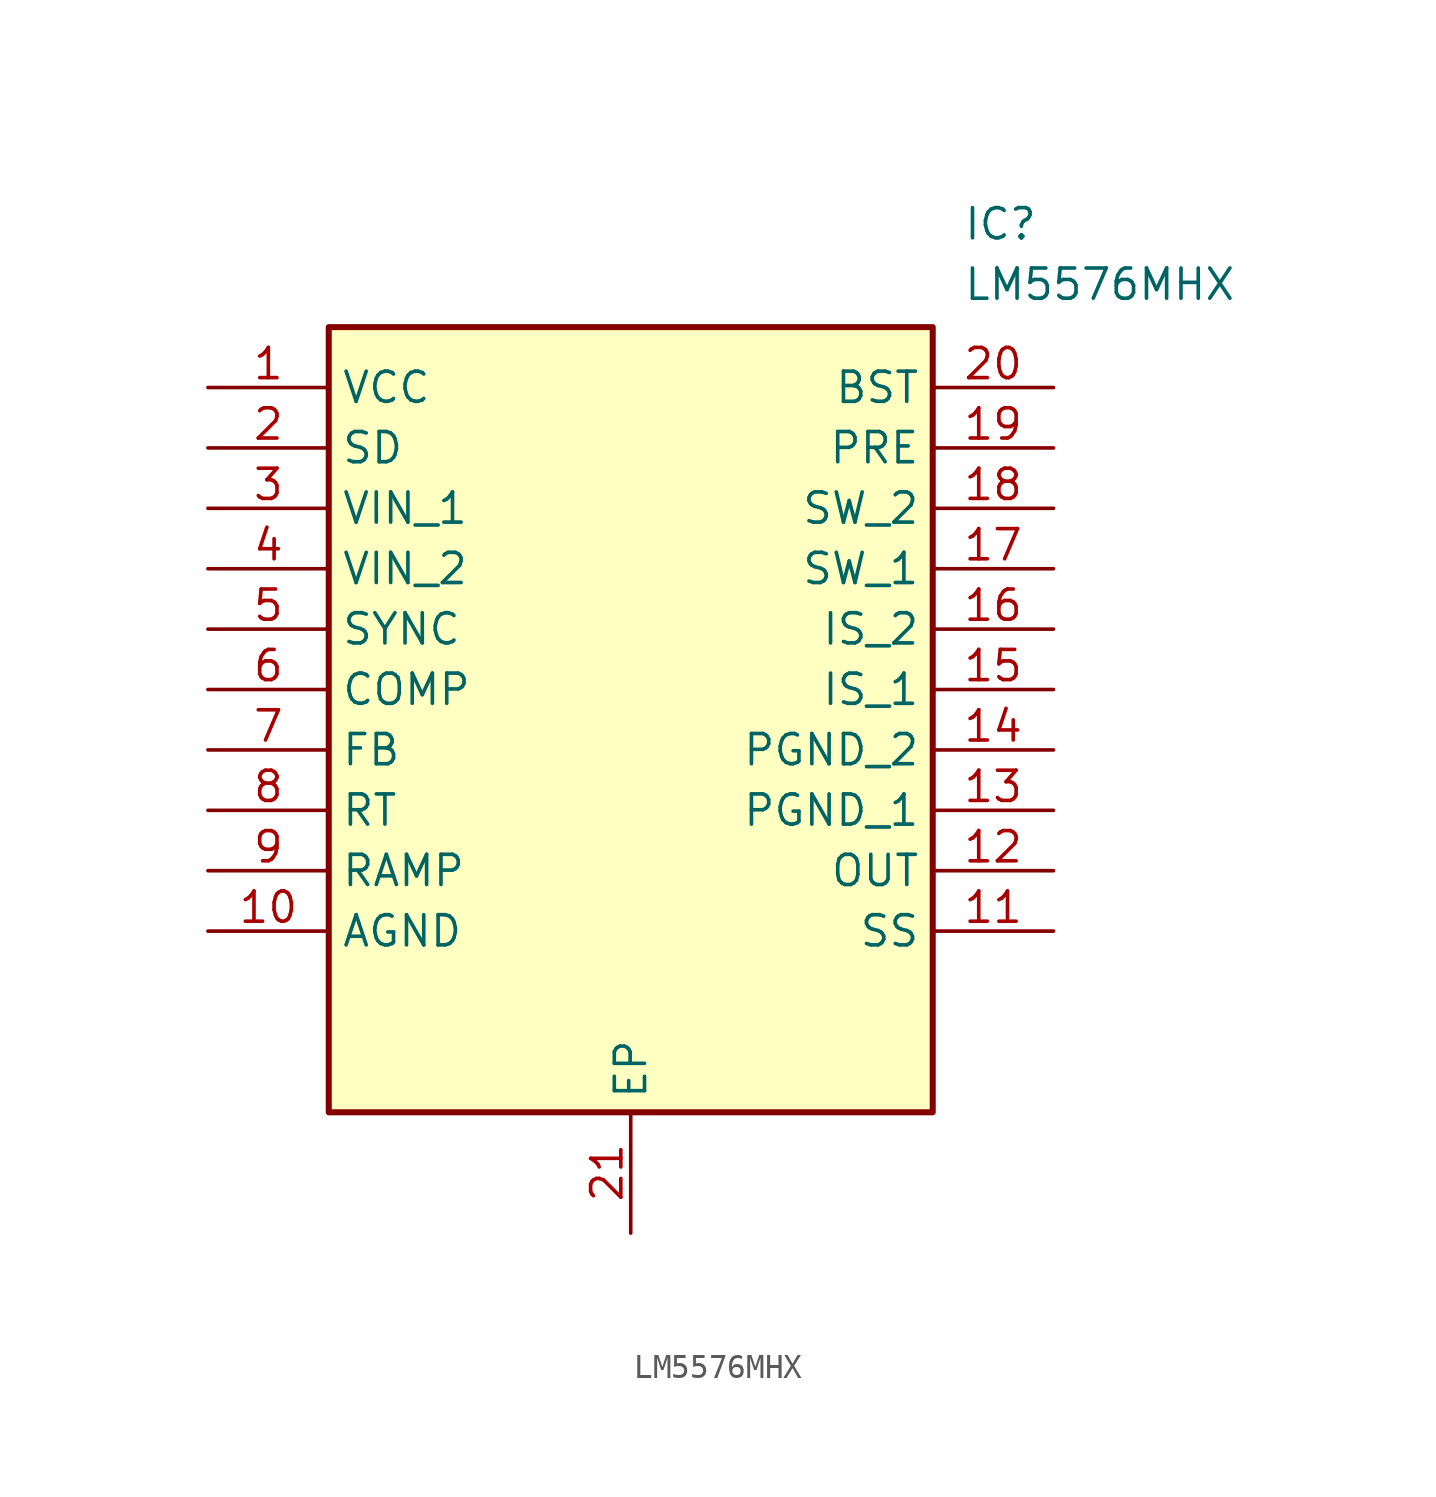
<source format=kicad_sym>
(kicad_symbol_lib
  (version 20211014)
  (generator SamacSys_ECAD_Model)
  (symbol "LM5576MHX"
    (property "Reference" "IC"
      (at 31.75 7.62 0)
      (effects (font (size 1.27 1.27)) (justify left top)))
    (property "Value" "LM5576MHX"
      (at 31.75 5.08 0)
      (effects (font (size 1.27 1.27)) (justify left top)))
    (rectangle
      (start 5.08 2.54)
      (end 30.48 -30.48)
      (stroke (width 0.254) (type default))
      (fill (type background)))
    (pin passive line
      (at 0 0 0)
      (length 5.08)
      (name "VCC" (effects (font (size 1.27 1.27))))
      (number "1" (effects (font (size 1.27 1.27)))))
    (pin passive line
      (at 0 -2.54 0)
      (length 5.08)
      (name "SD" (effects (font (size 1.27 1.27))))
      (number "2" (effects (font (size 1.27 1.27)))))
    (pin passive line
      (at 0 -5.08 0)
      (length 5.08)
      (name "VIN_1" (effects (font (size 1.27 1.27))))
      (number "3" (effects (font (size 1.27 1.27)))))
    (pin passive line
      (at 0 -7.62 0)
      (length 5.08)
      (name "VIN_2" (effects (font (size 1.27 1.27))))
      (number "4" (effects (font (size 1.27 1.27)))))
    (pin passive line
      (at 0 -10.16 0)
      (length 5.08)
      (name "SYNC" (effects (font (size 1.27 1.27))))
      (number "5" (effects (font (size 1.27 1.27)))))
    (pin passive line
      (at 0 -12.7 0)
      (length 5.08)
      (name "COMP" (effects (font (size 1.27 1.27))))
      (number "6" (effects (font (size 1.27 1.27)))))
    (pin passive line
      (at 0 -15.24 0)
      (length 5.08)
      (name "FB" (effects (font (size 1.27 1.27))))
      (number "7" (effects (font (size 1.27 1.27)))))
    (pin passive line
      (at 0 -17.78 0)
      (length 5.08)
      (name "RT" (effects (font (size 1.27 1.27))))
      (number "8" (effects (font (size 1.27 1.27)))))
    (pin passive line
      (at 0 -20.32 0)
      (length 5.08)
      (name "RAMP" (effects (font (size 1.27 1.27))))
      (number "9" (effects (font (size 1.27 1.27)))))
    (pin passive line
      (at 0 -22.86 0)
      (length 5.08)
      (name "AGND" (effects (font (size 1.27 1.27))))
      (number "10" (effects (font (size 1.27 1.27)))))
    (pin passive line
      (at 17.78 -35.56 90)
      (length 5.08)
      (name "EP" (effects (font (size 1.27 1.27))))
      (number "21" (effects (font (size 1.27 1.27)))))
    (pin passive line
      (at 35.56 0 180)
      (length 5.08)
      (name "BST" (effects (font (size 1.27 1.27))))
      (number "20" (effects (font (size 1.27 1.27)))))
    (pin passive line
      (at 35.56 -2.54 180)
      (length 5.08)
      (name "PRE" (effects (font (size 1.27 1.27))))
      (number "19" (effects (font (size 1.27 1.27)))))
    (pin passive line
      (at 35.56 -5.08 180)
      (length 5.08)
      (name "SW_2" (effects (font (size 1.27 1.27))))
      (number "18" (effects (font (size 1.27 1.27)))))
    (pin passive line
      (at 35.56 -7.62 180)
      (length 5.08)
      (name "SW_1" (effects (font (size 1.27 1.27))))
      (number "17" (effects (font (size 1.27 1.27)))))
    (pin passive line
      (at 35.56 -10.16 180)
      (length 5.08)
      (name "IS_2" (effects (font (size 1.27 1.27))))
      (number "16" (effects (font (size 1.27 1.27)))))
    (pin passive line
      (at 35.56 -12.7 180)
      (length 5.08)
      (name "IS_1" (effects (font (size 1.27 1.27))))
      (number "15" (effects (font (size 1.27 1.27)))))
    (pin passive line
      (at 35.56 -15.24 180)
      (length 5.08)
      (name "PGND_2" (effects (font (size 1.27 1.27))))
      (number "14" (effects (font (size 1.27 1.27)))))
    (pin passive line
      (at 35.56 -17.78 180)
      (length 5.08)
      (name "PGND_1" (effects (font (size 1.27 1.27))))
      (number "13" (effects (font (size 1.27 1.27)))))
    (pin passive line
      (at 35.56 -20.32 180)
      (length 5.08)
      (name "OUT" (effects (font (size 1.27 1.27))))
      (number "12" (effects (font (size 1.27 1.27)))))
    (pin passive line
      (at 35.56 -22.86 180)
      (length 5.08)
      (name "SS" (effects (font (size 1.27 1.27))))
      (number "11" (effects (font (size 1.27 1.27)))))))
</source>
